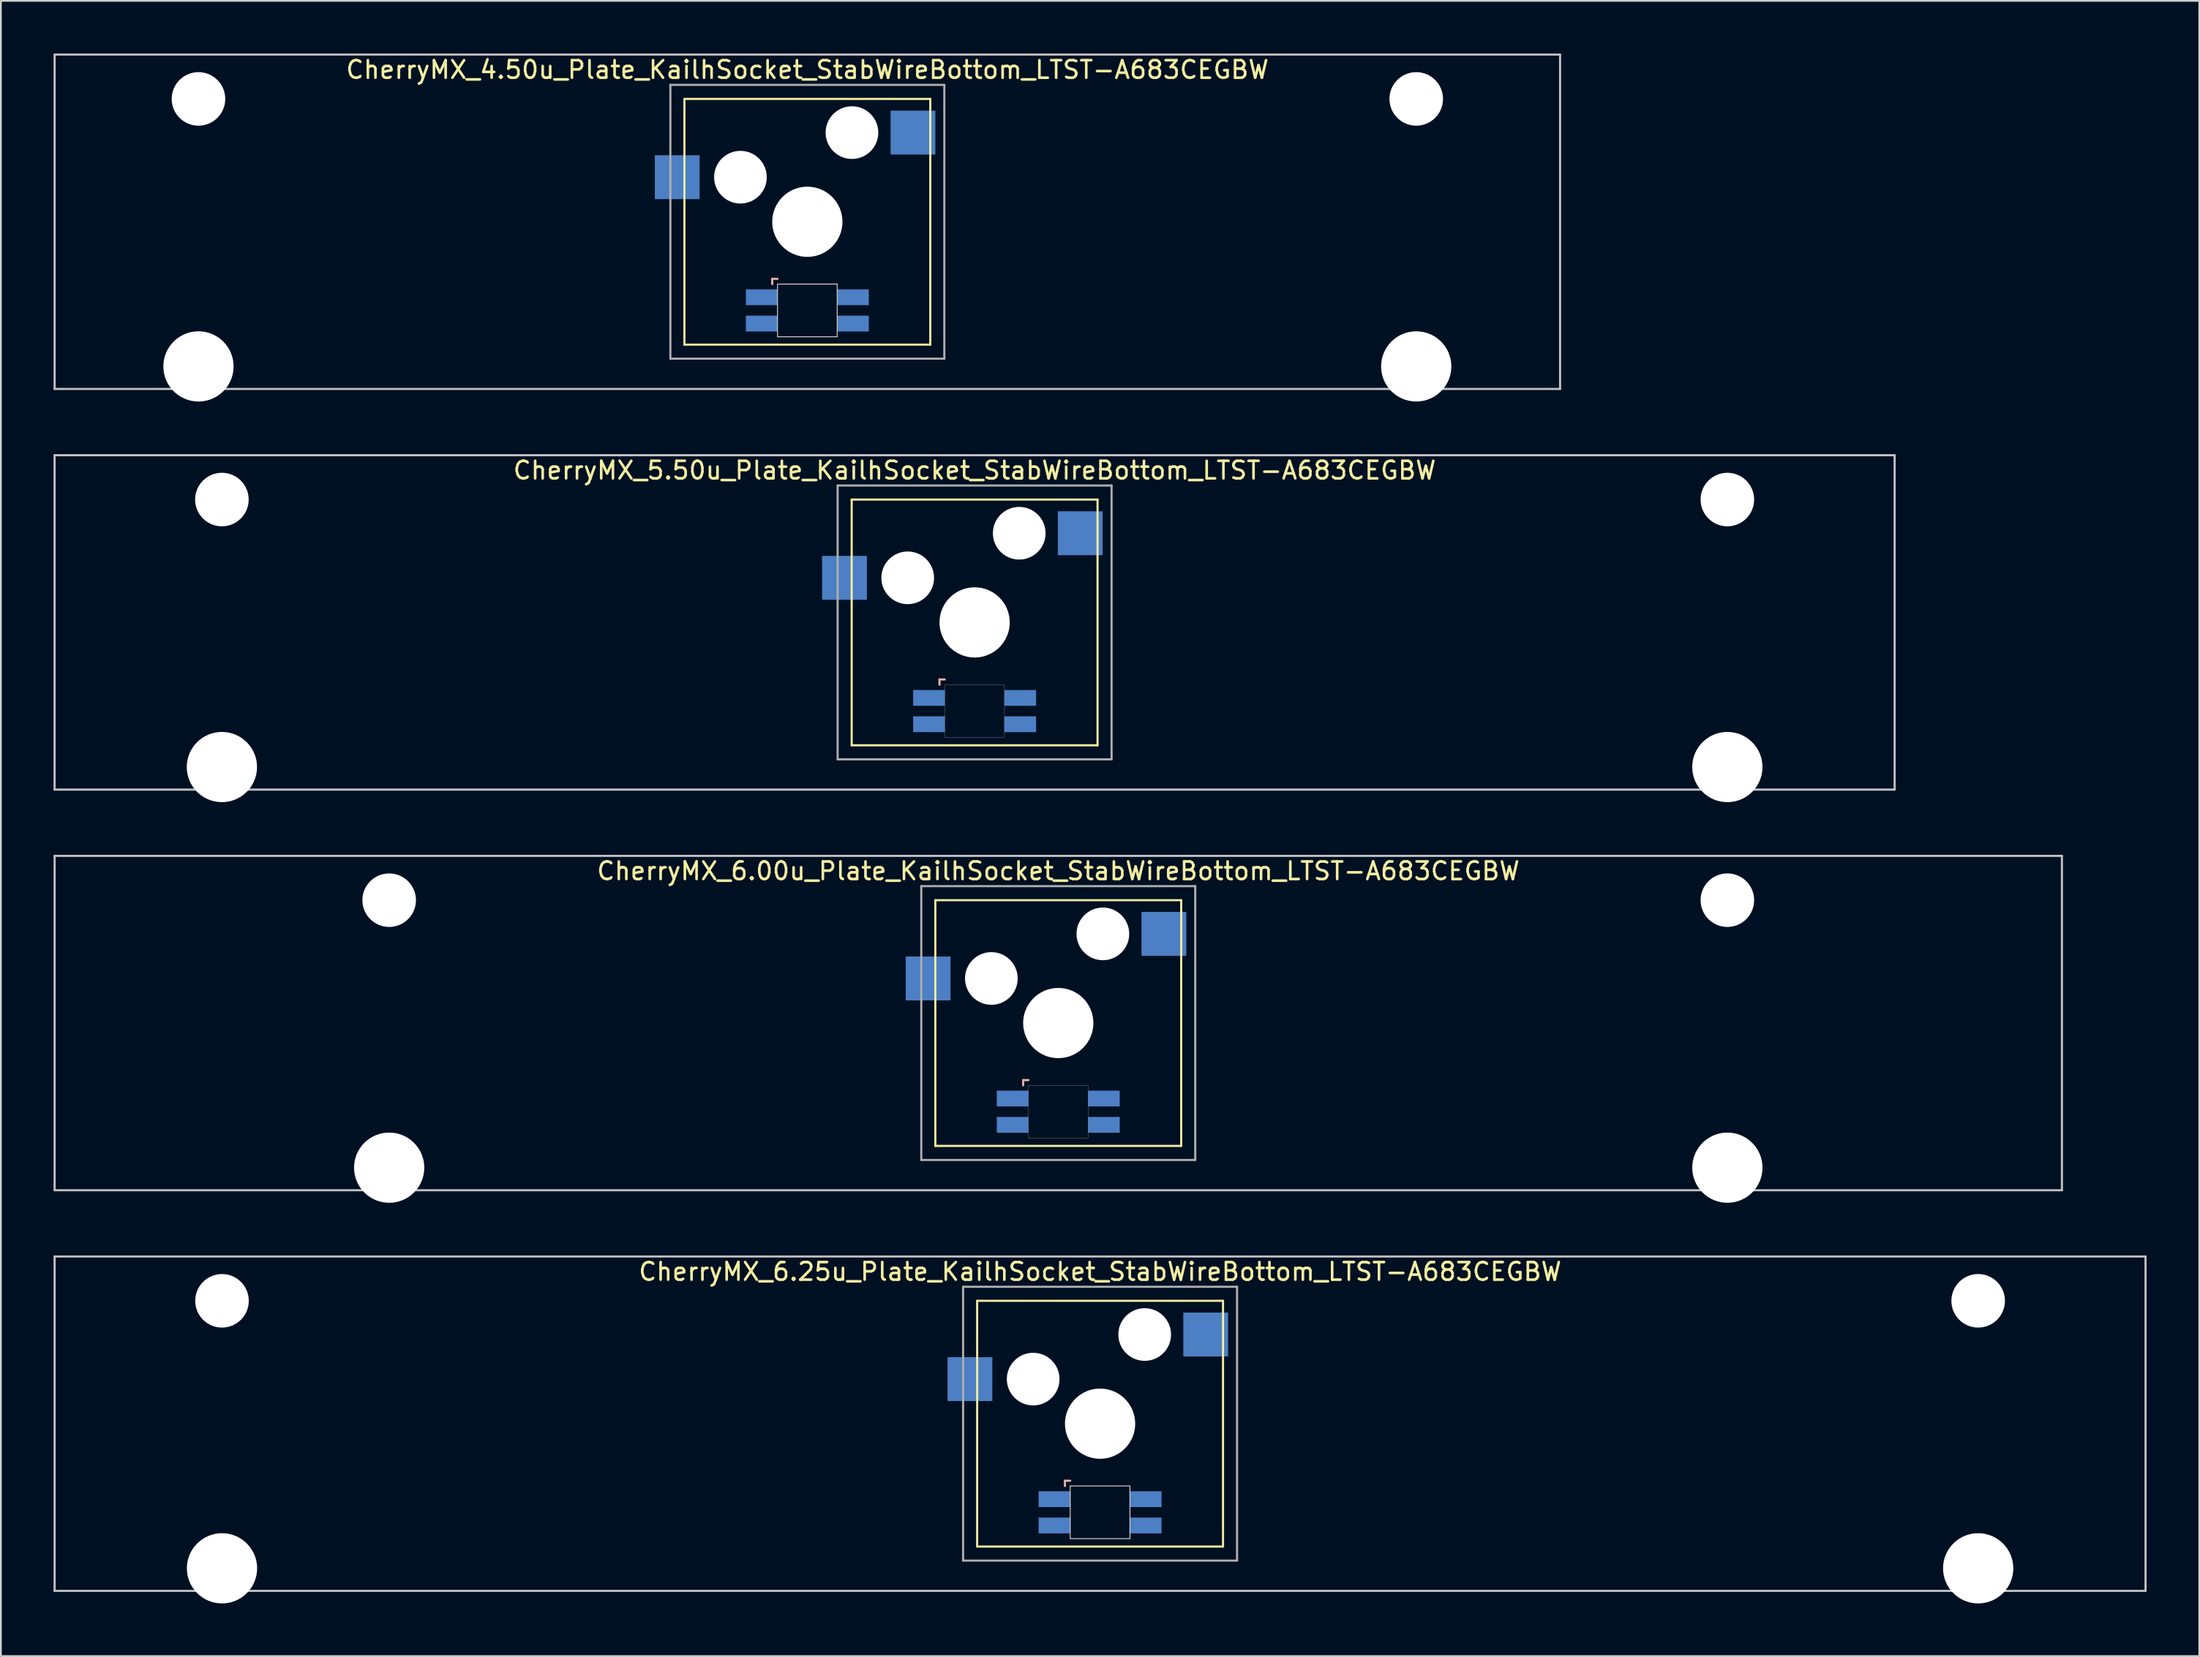
<source format=kicad_pcb>
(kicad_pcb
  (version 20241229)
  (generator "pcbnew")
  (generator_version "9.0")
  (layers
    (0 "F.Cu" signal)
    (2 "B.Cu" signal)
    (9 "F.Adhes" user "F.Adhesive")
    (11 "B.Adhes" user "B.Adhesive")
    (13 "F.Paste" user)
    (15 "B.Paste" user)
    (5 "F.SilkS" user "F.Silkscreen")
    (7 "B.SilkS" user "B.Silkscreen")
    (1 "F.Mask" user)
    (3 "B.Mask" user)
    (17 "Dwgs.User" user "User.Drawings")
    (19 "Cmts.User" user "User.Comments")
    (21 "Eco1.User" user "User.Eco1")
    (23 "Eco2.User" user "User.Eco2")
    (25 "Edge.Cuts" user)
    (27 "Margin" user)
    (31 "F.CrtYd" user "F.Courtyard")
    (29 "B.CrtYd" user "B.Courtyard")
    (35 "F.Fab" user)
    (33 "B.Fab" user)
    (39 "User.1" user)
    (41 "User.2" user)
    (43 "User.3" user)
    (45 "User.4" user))
  (footprint "CherryMX_4.50u_Plate_KailhSocket_StabWireBottom_LTST-A683CEGBW"
    (layer "F.Cu")
    (at 42.922 9.585)
    (property "Reference" "CherryMX_4.50u_Plate_KailhSocket_StabWireBottom_LTST-A683CEGBW" (at 0 -8.662 0) (layer "F.SilkS") (effects (font (size 1 1) (thickness 0.15))))
    (attr through_hole)
    (fp_line (start -7 -7) (end -7 7) (stroke (width 0.12) (type solid)) (layer "F.SilkS"))
    (fp_line (start -7 -7) (end 7 -7) (stroke (width 0.12) (type solid)) (layer "F.SilkS"))
    (fp_line (start 7 -7) (end 7 7) (stroke (width 0.12) (type solid)) (layer "F.SilkS"))
    (fp_line (start 7 7) (end -7 7) (stroke (width 0.12) (type solid)) (layer "F.SilkS"))
    (fp_line (start -2 3.25) (end -2 3.55) (stroke (width 0.12) (type solid)) (layer "B.SilkS"))
    (fp_line (start -1.7 3.25) (end -2 3.25) (stroke (width 0.12) (type solid)) (layer "B.SilkS"))
    (fp_line (start -42.862 -9.525) (end 42.862 -9.525) (stroke (width 0.12) (type solid)) (layer "Dwgs.User"))
    (fp_line (start -42.862 9.525) (end -42.862 -9.525) (stroke (width 0.12) (type solid)) (layer "Dwgs.User"))
    (fp_line (start 42.862 -9.525) (end 42.862 9.525) (stroke (width 0.12) (type solid)) (layer "Dwgs.User"))
    (fp_line (start 42.862 9.525) (end -42.862 9.525) (stroke (width 0.12) (type solid)) (layer "Dwgs.User"))
    (fp_line (start -1.7 3.55) (end 1.7 3.55) (stroke (width 0.05) (type solid)) (layer "Edge.Cuts"))
    (fp_line (start -1.7 6.55) (end -1.7 3.55) (stroke (width 0.05) (type solid)) (layer "Edge.Cuts"))
    (fp_line (start 1.7 3.55) (end 1.7 6.55) (stroke (width 0.05) (type solid)) (layer "Edge.Cuts"))
    (fp_line (start 1.7 6.55) (end -1.7 6.55) (stroke (width 0.05) (type solid)) (layer "Edge.Cuts"))
    (fp_line (start -7.8 -7.8) (end -7.8 7.8) (stroke (width 0.12) (type solid)) (layer "F.Fab"))
    (fp_line (start -7.8 -7.8) (end 7.8 -7.8) (stroke (width 0.12) (type solid)) (layer "F.Fab"))
    (fp_line (start -7.8 7.8) (end 7.8 7.8) (stroke (width 0.12) (type solid)) (layer "F.Fab"))
    (fp_line (start 7.8 -7.8) (end 7.8 7.8) (stroke (width 0.12) (type solid)) (layer "F.Fab"))
    (pad "" np_thru_hole circle (at -34.671 -7) (size 3.05 3.05) (drill 3.05) (layers "*.Cu" "*.Mask"))
    (pad "" np_thru_hole circle (at -34.671 8.24) (size 4 4) (drill 4) (layers "*.Cu" "*.Mask"))
    (pad "" np_thru_hole circle (at -3.81 -2.54) (size 3 3) (drill 3) (layers "*.Cu" "*.Mask"))
    (pad "" np_thru_hole circle (at 0 0) (size 4 4) (drill 4) (layers "*.Cu" "*.Mask"))
    (pad "" np_thru_hole circle (at 2.54 -5.08) (size 3 3) (drill 3) (layers "*.Cu" "*.Mask"))
    (pad "" np_thru_hole circle (at 34.671 -7) (size 3.05 3.05) (drill 3.05) (layers "*.Cu" "*.Mask"))
    (pad "" np_thru_hole circle (at 34.671 8.24) (size 4 4) (drill 4) (layers "*.Cu" "*.Mask"))
    (pad "1" smd rect (at -7.41 -2.54) (size 2.55 2.5) (layers "B.Cu" "B.Mask" "B.Paste"))
    (pad "2" smd rect (at 6.015 -5.08) (size 2.55 2.5) (layers "B.Cu" "B.Mask" "B.Paste"))
    (pad "3" smd rect (at -2.6 4.3) (size 1.8 0.9) (layers "B.Cu" "B.Mask" "B.Paste"))
    (pad "4" smd rect (at -2.6 5.8) (size 1.8 0.9) (layers "B.Cu" "B.Mask" "B.Paste"))
    (pad "5" smd rect (at 2.6 4.3) (size 1.8 0.9) (layers "B.Cu" "B.Mask" "B.Paste"))
    (pad "6" smd rect (at 2.6 5.8) (size 1.8 0.9) (layers "B.Cu" "B.Mask" "B.Paste")))
  (footprint "CherryMX_6.00u_Plate_KailhSocket_StabWireBottom_LTST-A683CEGBW"
    (layer "F.Cu")
    (at 57.21 55.235)
    (property "Reference" "CherryMX_6.00u_Plate_KailhSocket_StabWireBottom_LTST-A683CEGBW" (at 0 -8.662 0) (layer "F.SilkS") (effects (font (size 1 1) (thickness 0.15))))
    (attr through_hole)
    (fp_line (start -7 -7) (end -7 7) (stroke (width 0.12) (type solid)) (layer "F.SilkS"))
    (fp_line (start -7 -7) (end 7 -7) (stroke (width 0.12) (type solid)) (layer "F.SilkS"))
    (fp_line (start 7 -7) (end 7 7) (stroke (width 0.12) (type solid)) (layer "F.SilkS"))
    (fp_line (start 7 7) (end -7 7) (stroke (width 0.12) (type solid)) (layer "F.SilkS"))
    (fp_line (start -2 3.25) (end -2 3.55) (stroke (width 0.12) (type solid)) (layer "B.SilkS"))
    (fp_line (start -1.7 3.25) (end -2 3.25) (stroke (width 0.12) (type solid)) (layer "B.SilkS"))
    (fp_line (start -57.15 -9.525) (end 57.15 -9.525) (stroke (width 0.12) (type solid)) (layer "Dwgs.User"))
    (fp_line (start -57.15 9.525) (end -57.15 -9.525) (stroke (width 0.12) (type solid)) (layer "Dwgs.User"))
    (fp_line (start 57.15 -9.525) (end 57.15 9.525) (stroke (width 0.12) (type solid)) (layer "Dwgs.User"))
    (fp_line (start 57.15 9.525) (end -57.15 9.525) (stroke (width 0.12) (type solid)) (layer "Dwgs.User"))
    (fp_poly (pts (xy 1.7 6.55) (xy -1.7 6.55) (xy -1.7 3.55) (xy 1.7 3.55)) (stroke (width 0.01) (type solid)) (fill no) (layer "Edge.Cuts"))
    (fp_line (start -7.8 -7.8) (end -7.8 7.8) (stroke (width 0.12) (type solid)) (layer "F.Fab"))
    (fp_line (start -7.8 -7.8) (end 7.8 -7.8) (stroke (width 0.12) (type solid)) (layer "F.Fab"))
    (fp_line (start -7.8 7.8) (end 7.8 7.8) (stroke (width 0.12) (type solid)) (layer "F.Fab"))
    (fp_line (start 7.8 -7.8) (end 7.8 7.8) (stroke (width 0.12) (type solid)) (layer "F.Fab"))
    (pad "" np_thru_hole circle (at -38.1 -7) (size 3.05 3.05) (drill 3.05) (layers "*.Cu" "*.Mask"))
    (pad "" np_thru_hole circle (at -38.1 8.24) (size 4 4) (drill 4) (layers "*.Cu" "*.Mask"))
    (pad "" np_thru_hole circle (at -3.81 -2.54) (size 3 3) (drill 3) (layers "*.Cu" "*.Mask"))
    (pad "" np_thru_hole circle (at 0 0) (size 4 4) (drill 4) (layers "*.Cu" "*.Mask"))
    (pad "" np_thru_hole circle (at 2.54 -5.08) (size 3 3) (drill 3) (layers "*.Cu" "*.Mask"))
    (pad "" np_thru_hole circle (at 38.1 -7) (size 3.05 3.05) (drill 3.05) (layers "*.Cu" "*.Mask"))
    (pad "" np_thru_hole circle (at 38.1 8.24) (size 4 4) (drill 4) (layers "*.Cu" "*.Mask"))
    (pad "1" smd rect (at -7.41 -2.54) (size 2.55 2.5) (layers "B.Cu" "B.Mask" "B.Paste"))
    (pad "2" smd rect (at 6.015 -5.08) (size 2.55 2.5) (layers "B.Cu" "B.Mask" "B.Paste"))
    (pad "3" smd rect (at -2.6 4.3) (size 1.8 0.9) (layers "B.Cu" "B.Mask" "B.Paste"))
    (pad "4" smd rect (at -2.6 5.8) (size 1.8 0.9) (layers "B.Cu" "B.Mask" "B.Paste"))
    (pad "5" smd rect (at 2.6 4.3) (size 1.8 0.9) (layers "B.Cu" "B.Mask" "B.Paste"))
    (pad "6" smd rect (at 2.6 5.8) (size 1.8 0.9) (layers "B.Cu" "B.Mask" "B.Paste")))
  (footprint "CherryMX_5.50u_Plate_KailhSocket_StabWireBottom_LTST-A683CEGBW"
    (layer "F.Cu")
    (at 52.447 32.41)
    (property "Reference" "CherryMX_5.50u_Plate_KailhSocket_StabWireBottom_LTST-A683CEGBW" (at 0 -8.662 0) (layer "F.SilkS") (effects (font (size 1 1) (thickness 0.15))))
    (attr through_hole)
    (fp_line (start -7 -7) (end -7 7) (stroke (width 0.12) (type solid)) (layer "F.SilkS"))
    (fp_line (start -7 -7) (end 7 -7) (stroke (width 0.12) (type solid)) (layer "F.SilkS"))
    (fp_line (start 7 -7) (end 7 7) (stroke (width 0.12) (type solid)) (layer "F.SilkS"))
    (fp_line (start 7 7) (end -7 7) (stroke (width 0.12) (type solid)) (layer "F.SilkS"))
    (fp_line (start -2 3.25) (end -2 3.55) (stroke (width 0.12) (type solid)) (layer "B.SilkS"))
    (fp_line (start -1.7 3.25) (end -2 3.25) (stroke (width 0.12) (type solid)) (layer "B.SilkS"))
    (fp_line (start -52.388 -9.525) (end 52.388 -9.525) (stroke (width 0.12) (type solid)) (layer "Dwgs.User"))
    (fp_line (start -52.388 9.525) (end -52.388 -9.525) (stroke (width 0.12) (type solid)) (layer "Dwgs.User"))
    (fp_line (start 52.388 -9.525) (end 52.388 9.525) (stroke (width 0.12) (type solid)) (layer "Dwgs.User"))
    (fp_line (start 52.388 9.525) (end -52.388 9.525) (stroke (width 0.12) (type solid)) (layer "Dwgs.User"))
    (fp_poly (pts (xy 1.7 6.55) (xy -1.7 6.55) (xy -1.7 3.55) (xy 1.7 3.55)) (stroke (width 0.01) (type solid)) (fill no) (layer "Edge.Cuts"))
    (fp_line (start -7.8 -7.8) (end -7.8 7.8) (stroke (width 0.12) (type solid)) (layer "F.Fab"))
    (fp_line (start -7.8 -7.8) (end 7.8 -7.8) (stroke (width 0.12) (type solid)) (layer "F.Fab"))
    (fp_line (start -7.8 7.8) (end 7.8 7.8) (stroke (width 0.12) (type solid)) (layer "F.Fab"))
    (fp_line (start 7.8 -7.8) (end 7.8 7.8) (stroke (width 0.12) (type solid)) (layer "F.Fab"))
    (pad "" np_thru_hole circle (at -42.862 -7) (size 3.05 3.05) (drill 3.05) (layers "*.Cu" "*.Mask"))
    (pad "" np_thru_hole circle (at -42.862 8.24) (size 4 4) (drill 4) (layers "*.Cu" "*.Mask"))
    (pad "" np_thru_hole circle (at -3.81 -2.54) (size 3 3) (drill 3) (layers "*.Cu" "*.Mask"))
    (pad "" np_thru_hole circle (at 0 0) (size 4 4) (drill 4) (layers "*.Cu" "*.Mask"))
    (pad "" np_thru_hole circle (at 2.54 -5.08) (size 3 3) (drill 3) (layers "*.Cu" "*.Mask"))
    (pad "" np_thru_hole circle (at 42.862 -7) (size 3.05 3.05) (drill 3.05) (layers "*.Cu" "*.Mask"))
    (pad "" np_thru_hole circle (at 42.862 8.24) (size 4 4) (drill 4) (layers "*.Cu" "*.Mask"))
    (pad "1" smd rect (at -7.41 -2.54) (size 2.55 2.5) (layers "B.Cu" "B.Mask" "B.Paste"))
    (pad "2" smd rect (at 6.015 -5.08) (size 2.55 2.5) (layers "B.Cu" "B.Mask" "B.Paste"))
    (pad "3" smd rect (at -2.6 4.3) (size 1.8 0.9) (layers "B.Cu" "B.Mask" "B.Paste"))
    (pad "4" smd rect (at -2.6 5.8) (size 1.8 0.9) (layers "B.Cu" "B.Mask" "B.Paste"))
    (pad "5" smd rect (at 2.6 4.3) (size 1.8 0.9) (layers "B.Cu" "B.Mask" "B.Paste"))
    (pad "6" smd rect (at 2.6 5.8) (size 1.8 0.9) (layers "B.Cu" "B.Mask" "B.Paste")))
  (footprint "CherryMX_6.25u_Plate_KailhSocket_StabWireBottom_LTST-A683CEGBW"
    (layer "F.Cu")
    (at 59.591 78.06)
    (property "Reference" "CherryMX_6.25u_Plate_KailhSocket_StabWireBottom_LTST-A683CEGBW" (at 0 -8.662 0) (layer "F.SilkS") (effects (font (size 1 1) (thickness 0.15))))
    (attr through_hole)
    (fp_line (start -7 -7) (end -7 7) (stroke (width 0.12) (type solid)) (layer "F.SilkS"))
    (fp_line (start -7 -7) (end 7 -7) (stroke (width 0.12) (type solid)) (layer "F.SilkS"))
    (fp_line (start 7 -7) (end 7 7) (stroke (width 0.12) (type solid)) (layer "F.SilkS"))
    (fp_line (start 7 7) (end -7 7) (stroke (width 0.12) (type solid)) (layer "F.SilkS"))
    (fp_line (start -2 3.25) (end -2 3.55) (stroke (width 0.12) (type solid)) (layer "B.SilkS"))
    (fp_line (start -1.7 3.25) (end -2 3.25) (stroke (width 0.12) (type solid)) (layer "B.SilkS"))
    (fp_line (start -59.531 -9.525) (end 59.531 -9.525) (stroke (width 0.12) (type solid)) (layer "Dwgs.User"))
    (fp_line (start -59.531 9.525) (end -59.531 -9.525) (stroke (width 0.12) (type solid)) (layer "Dwgs.User"))
    (fp_line (start 59.531 -9.525) (end 59.531 9.525) (stroke (width 0.12) (type solid)) (layer "Dwgs.User"))
    (fp_line (start 59.531 9.525) (end -59.531 9.525) (stroke (width 0.12) (type solid)) (layer "Dwgs.User"))
    (fp_line (start -1.7 3.55) (end 1.7 3.55) (stroke (width 0.05) (type solid)) (layer "Edge.Cuts"))
    (fp_line (start -1.7 6.55) (end -1.7 3.55) (stroke (width 0.05) (type solid)) (layer "Edge.Cuts"))
    (fp_line (start 1.7 3.55) (end 1.7 6.55) (stroke (width 0.05) (type solid)) (layer "Edge.Cuts"))
    (fp_line (start 1.7 6.55) (end -1.7 6.55) (stroke (width 0.05) (type solid)) (layer "Edge.Cuts"))
    (fp_line (start -7.8 -7.8) (end -7.8 7.8) (stroke (width 0.12) (type solid)) (layer "F.Fab"))
    (fp_line (start -7.8 -7.8) (end 7.8 -7.8) (stroke (width 0.12) (type solid)) (layer "F.Fab"))
    (fp_line (start -7.8 7.8) (end 7.8 7.8) (stroke (width 0.12) (type solid)) (layer "F.Fab"))
    (fp_line (start 7.8 -7.8) (end 7.8 7.8) (stroke (width 0.12) (type solid)) (layer "F.Fab"))
    (pad "" np_thru_hole circle (at -50 -7) (size 3.05 3.05) (drill 3.05) (layers "*.Cu" "*.Mask"))
    (pad "" np_thru_hole circle (at -50 8.24) (size 4 4) (drill 4) (layers "*.Cu" "*.Mask"))
    (pad "" np_thru_hole circle (at -3.81 -2.54) (size 3 3) (drill 3) (layers "*.Cu" "*.Mask"))
    (pad "" np_thru_hole circle (at 0 0) (size 4 4) (drill 4) (layers "*.Cu" "*.Mask"))
    (pad "" np_thru_hole circle (at 2.54 -5.08) (size 3 3) (drill 3) (layers "*.Cu" "*.Mask"))
    (pad "" np_thru_hole circle (at 50 -7) (size 3.05 3.05) (drill 3.05) (layers "*.Cu" "*.Mask"))
    (pad "" np_thru_hole circle (at 50 8.24) (size 4 4) (drill 4) (layers "*.Cu" "*.Mask"))
    (pad "1" smd rect (at -7.41 -2.54) (size 2.55 2.5) (layers "B.Cu" "B.Mask" "B.Paste"))
    (pad "2" smd rect (at 6.015 -5.08) (size 2.55 2.5) (layers "B.Cu" "B.Mask" "B.Paste"))
    (pad "3" smd rect (at -2.6 4.3) (size 1.8 0.9) (layers "B.Cu" "B.Mask" "B.Paste"))
    (pad "4" smd rect (at -2.6 5.8) (size 1.8 0.9) (layers "B.Cu" "B.Mask" "B.Paste"))
    (pad "5" smd rect (at 2.6 4.3) (size 1.8 0.9) (layers "B.Cu" "B.Mask" "B.Paste"))
    (pad "6" smd rect (at 2.6 5.8) (size 1.8 0.9) (layers "B.Cu" "B.Mask" "B.Paste")))
  (gr_rect
    (start -3 -3)
    (end 122.183 91.3)
    (stroke (width 0.1) (type default))
    (fill no)
    (layer "Edge.Cuts")))
</source>
